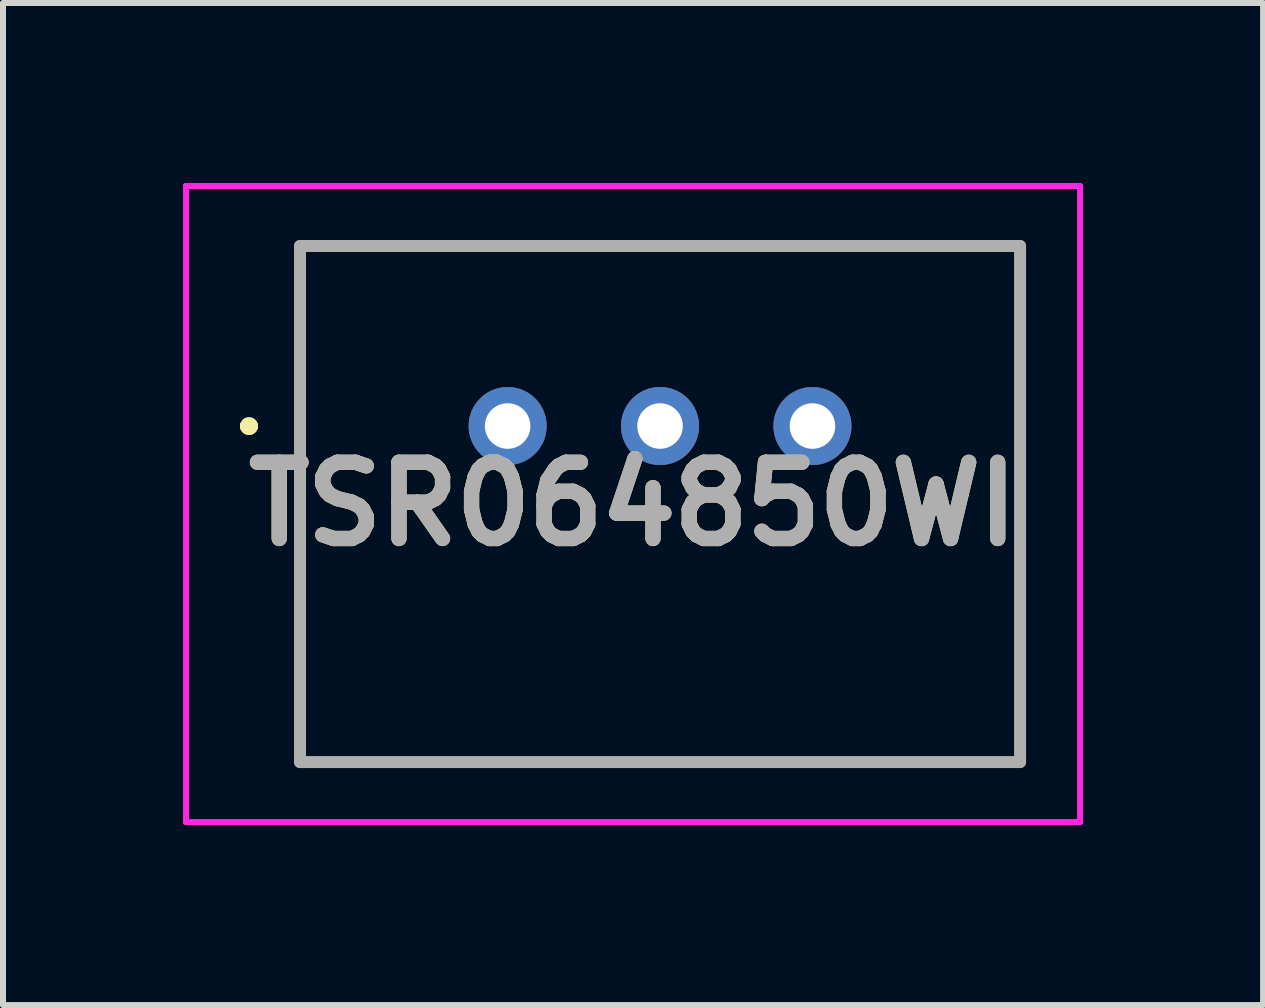
<source format=kicad_pcb>
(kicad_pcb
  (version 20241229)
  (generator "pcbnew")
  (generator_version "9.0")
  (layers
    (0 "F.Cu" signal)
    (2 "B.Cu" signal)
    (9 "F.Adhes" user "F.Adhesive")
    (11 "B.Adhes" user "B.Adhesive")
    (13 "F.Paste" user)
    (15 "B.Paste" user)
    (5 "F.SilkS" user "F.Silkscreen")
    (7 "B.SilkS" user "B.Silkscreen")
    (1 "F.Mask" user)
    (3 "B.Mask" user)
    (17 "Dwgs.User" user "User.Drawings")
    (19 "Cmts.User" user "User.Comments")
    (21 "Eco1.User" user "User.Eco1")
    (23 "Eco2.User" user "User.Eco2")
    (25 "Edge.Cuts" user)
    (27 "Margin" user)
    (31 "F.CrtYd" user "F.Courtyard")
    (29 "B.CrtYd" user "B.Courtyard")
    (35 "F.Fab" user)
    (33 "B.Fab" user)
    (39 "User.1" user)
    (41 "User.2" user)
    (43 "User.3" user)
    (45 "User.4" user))
  (footprint "TSR064850WI"
    (layer "F.Cu")
    (at 5.41 4.05)
    (property "Reference" "TSR064850WI" (at 2.09 1.3 0) (layer "F.SilkS") (effects (font (size 1.27 1.27) (thickness 0.254))))
    (attr through_hole)
    (fp_line (start -4.36 0) (end -4.36 0) (stroke (width 0.2) (type solid)) (layer "F.SilkS"))
    (fp_line (start -4.36 0) (end -4.36 0) (stroke (width 0.2) (type solid)) (layer "F.SilkS"))
    (fp_line (start -4.26 0) (end -4.26 0) (stroke (width 0.2) (type solid)) (layer "F.SilkS"))
    (fp_line (start -3.46 -3) (end -3.46 5.6) (stroke (width 0.1) (type solid)) (layer "F.SilkS"))
    (fp_line (start -3.46 5.6) (end 8.54 5.6) (stroke (width 0.1) (type solid)) (layer "F.SilkS"))
    (fp_line (start 8.54 -3) (end -3.46 -3) (stroke (width 0.1) (type solid)) (layer "F.SilkS"))
    (fp_line (start 8.54 5.6) (end 8.54 -3) (stroke (width 0.1) (type solid)) (layer "F.SilkS"))
    (fp_arc (start -4.36 0) (mid -4.31 -0.05) (end -4.26 0) (stroke (width 0.2) (type solid)) (layer "F.SilkS"))
    (fp_arc (start -4.26 0) (mid -4.31 0.05) (end -4.36 0) (stroke (width 0.2) (type solid)) (layer "F.SilkS"))
    (fp_arc (start -4.26 0) (mid -4.31 0.05) (end -4.36 0) (stroke (width 0.2) (type solid)) (layer "F.SilkS"))
    (fp_line (start -5.36 -4) (end -5.36 6.6) (stroke (width 0.1) (type solid)) (layer "F.CrtYd"))
    (fp_line (start -5.36 6.6) (end 9.54 6.6) (stroke (width 0.1) (type solid)) (layer "F.CrtYd"))
    (fp_line (start 9.54 -4) (end -5.36 -4) (stroke (width 0.1) (type solid)) (layer "F.CrtYd"))
    (fp_line (start 9.54 6.6) (end 9.54 -4) (stroke (width 0.1) (type solid)) (layer "F.CrtYd"))
    (fp_line (start -3.46 -3) (end 8.54 -3) (stroke (width 0.2) (type solid)) (layer "F.Fab"))
    (fp_line (start -3.46 5.6) (end -3.46 -3) (stroke (width 0.2) (type solid)) (layer "F.Fab"))
    (fp_line (start 8.54 -3) (end 8.54 5.6) (stroke (width 0.2) (type solid)) (layer "F.Fab"))
    (fp_line (start 8.54 5.6) (end -3.46 5.6) (stroke (width 0.2) (type solid)) (layer "F.Fab"))
    (fp_text user "${REFERENCE}" (at 2.09 1.3 0) (layer "F.Fab") (effects (font (size 1.27 1.27) (thickness 0.254))))
    (pad "1" thru_hole circle (at 0 0) (size 1.301 1.301) (drill 0.759) (layers "*.Cu" "*.Mask"))
    (pad "2" thru_hole circle (at 2.54 0) (size 1.301 1.301) (drill 0.759) (layers "*.Cu" "*.Mask"))
    (pad "3" thru_hole circle (at 5.08 0) (size 1.301 1.301) (drill 0.759) (layers "*.Cu" "*.Mask")))
  (gr_rect
    (start -3 -3)
    (end 18 13.7)
    (stroke (width 0.1) (type default))
    (fill no)
    (layer "Edge.Cuts")))
</source>
